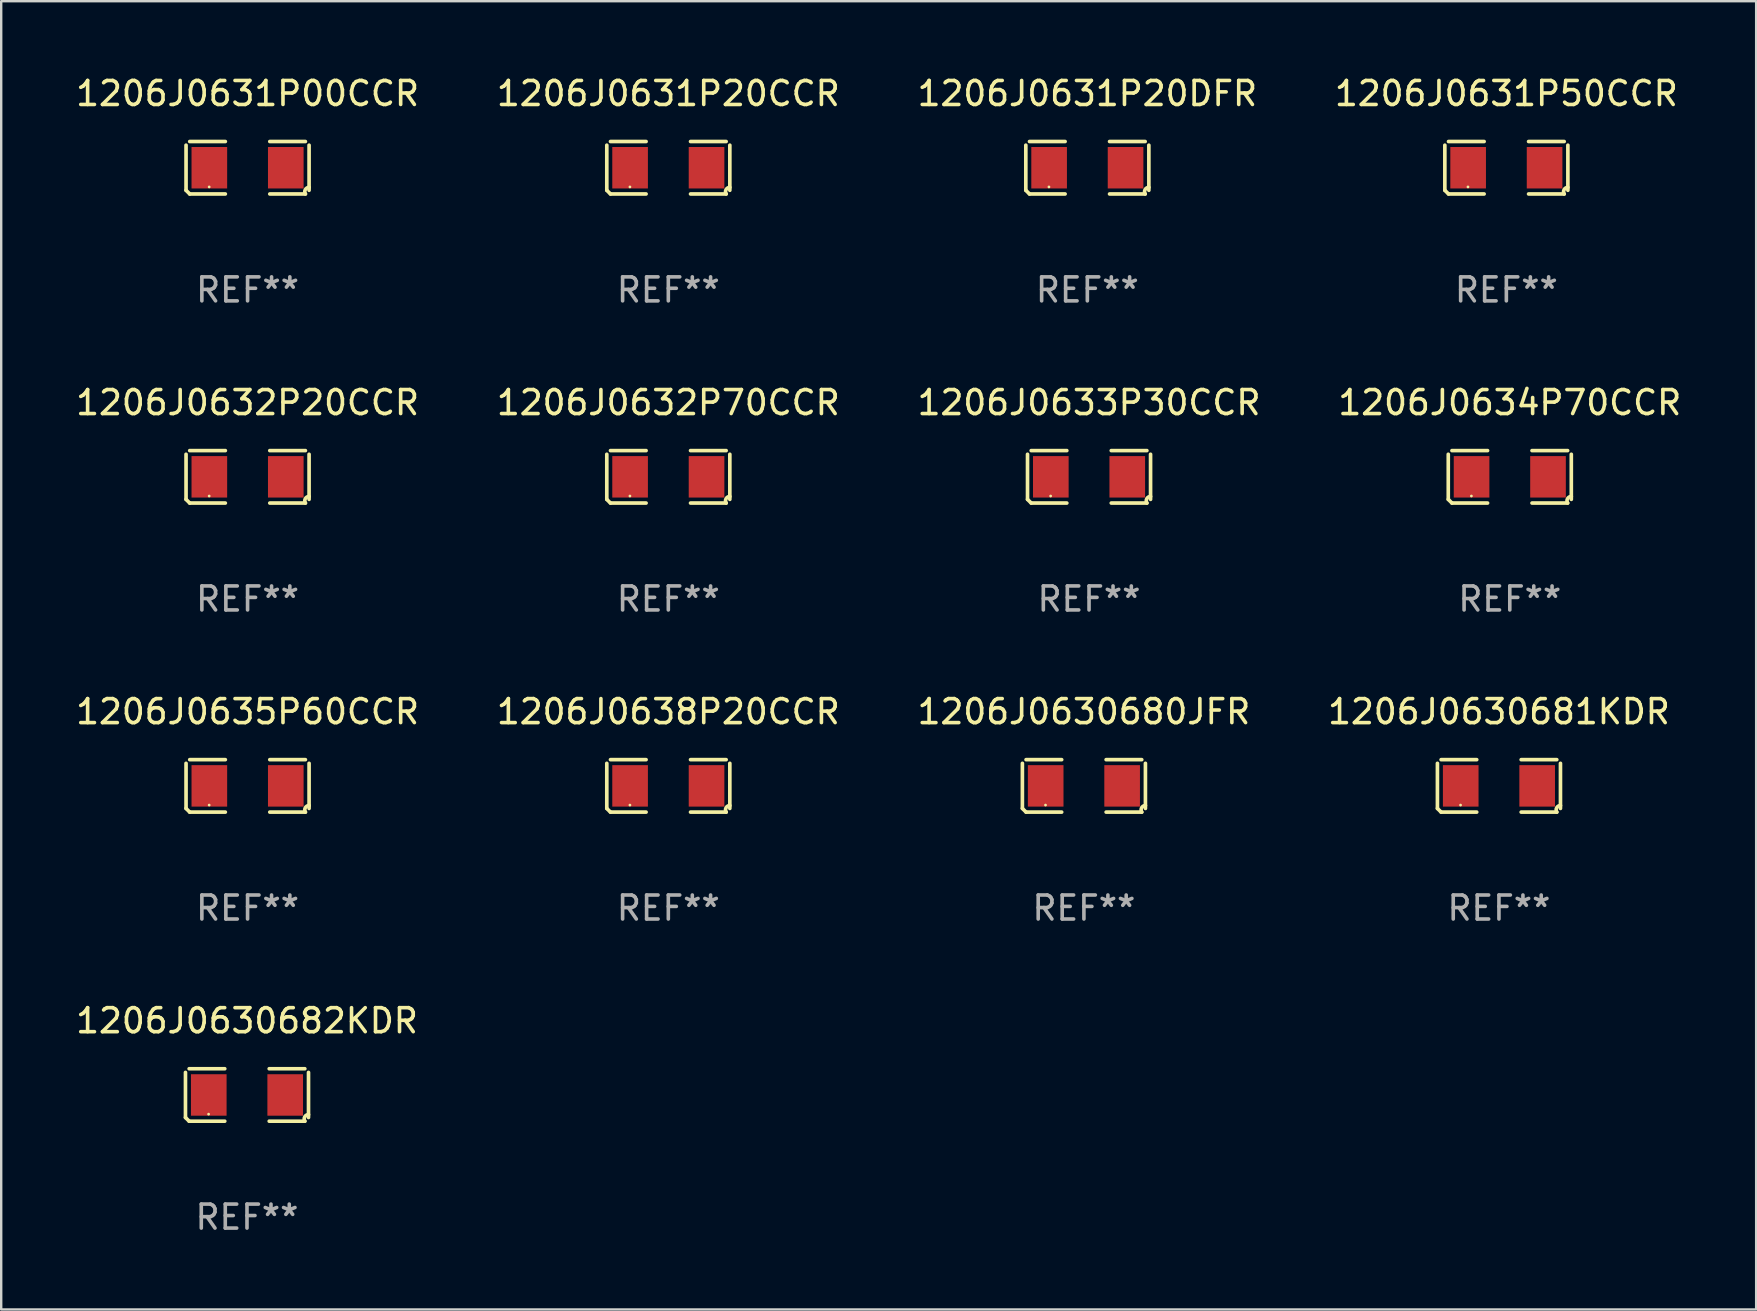
<source format=kicad_pcb>
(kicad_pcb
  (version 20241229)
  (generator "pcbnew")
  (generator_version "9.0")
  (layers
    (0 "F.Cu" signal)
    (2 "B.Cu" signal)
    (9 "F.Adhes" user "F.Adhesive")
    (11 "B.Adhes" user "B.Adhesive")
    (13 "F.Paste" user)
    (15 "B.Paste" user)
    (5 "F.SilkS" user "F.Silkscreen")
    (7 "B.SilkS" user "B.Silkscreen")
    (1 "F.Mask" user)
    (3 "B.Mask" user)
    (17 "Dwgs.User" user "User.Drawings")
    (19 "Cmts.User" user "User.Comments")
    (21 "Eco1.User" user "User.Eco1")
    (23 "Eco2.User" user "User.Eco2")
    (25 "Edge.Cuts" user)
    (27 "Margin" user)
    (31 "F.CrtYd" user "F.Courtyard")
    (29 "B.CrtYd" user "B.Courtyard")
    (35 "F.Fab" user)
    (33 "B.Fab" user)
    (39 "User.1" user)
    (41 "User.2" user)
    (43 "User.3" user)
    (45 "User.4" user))
  (footprint "1206J0630681KDR"
    (layer "F.Cu")
    (at 59.423 29.704)
    (property "Reference" "1206J0630681KDR" (at 0 -3.093 0) (layer "F.SilkS") (effects (font (size 1 1) (thickness 0.15))))
    (attr through_hole)
    (fp_line (start -2.564 0.94) (end -2.564 -0.94) (stroke (width 0.152) (type solid)) (layer "F.SilkS"))
    (fp_line (start -2.411 -1.093) (end -0.926 -1.093) (stroke (width 0.152) (type solid)) (layer "F.SilkS"))
    (fp_line (start -0.926 1.093) (end -2.411 1.093) (stroke (width 0.152) (type solid)) (layer "F.SilkS"))
    (fp_line (start 0.926 1.093) (end 2.411 1.093) (stroke (width 0.152) (type solid)) (layer "F.SilkS"))
    (fp_line (start 2.411 -1.093) (end 0.926 -1.093) (stroke (width 0.152) (type solid)) (layer "F.SilkS"))
    (fp_line (start 2.564 0.94) (end 2.564 -0.94) (stroke (width 0.152) (type solid)) (layer "F.SilkS"))
    (fp_arc (start -2.411201 1.092609) (mid -2.487413 1.01642) (end -2.563602 0.940208) (stroke (width 0.1524) (type solid)) (layer "F.SilkS"))
    (fp_arc (start 2.411201 1.092609) (mid 2.407159 0.911226) (end 2.563602 0.819347) (stroke (width 0.1524) (type solid)) (layer "F.SilkS"))
    (fp_circle (center -1.6 0.8) (end -1.57 0.8) (stroke (width 0.06) (type solid)) (fill no) (layer "F.SilkS"))
    (fp_text user "REF**" (at 0 5.093 0) (layer "F.Fab") (effects (font (size 1 1) (thickness 0.15))))
    (pad "1" smd rect (at -1.593 0) (size 1.485 1.728) (layers "F.Cu" "F.Mask" "F.Paste"))
    (pad "2" smd rect (at 1.593 0) (size 1.485 1.728) (layers "F.Cu" "F.Mask" "F.Paste")))
  (footprint "1206J0630680JFR"
    (layer "F.Cu")
    (at 42.125 29.704)
    (property "Reference" "1206J0630680JFR" (at 0 -3.093 0) (layer "F.SilkS") (effects (font (size 1 1) (thickness 0.15))))
    (attr through_hole)
    (fp_line (start -2.564 0.94) (end -2.564 -0.94) (stroke (width 0.152) (type solid)) (layer "F.SilkS"))
    (fp_line (start -2.411 -1.093) (end -0.926 -1.093) (stroke (width 0.152) (type solid)) (layer "F.SilkS"))
    (fp_line (start -0.926 1.093) (end -2.411 1.093) (stroke (width 0.152) (type solid)) (layer "F.SilkS"))
    (fp_line (start 0.926 1.093) (end 2.411 1.093) (stroke (width 0.152) (type solid)) (layer "F.SilkS"))
    (fp_line (start 2.411 -1.093) (end 0.926 -1.093) (stroke (width 0.152) (type solid)) (layer "F.SilkS"))
    (fp_line (start 2.564 0.94) (end 2.564 -0.94) (stroke (width 0.152) (type solid)) (layer "F.SilkS"))
    (fp_arc (start -2.411201 1.092609) (mid -2.487413 1.01642) (end -2.563602 0.940208) (stroke (width 0.1524) (type solid)) (layer "F.SilkS"))
    (fp_arc (start 2.411201 1.092609) (mid 2.407159 0.911226) (end 2.563602 0.819347) (stroke (width 0.1524) (type solid)) (layer "F.SilkS"))
    (fp_circle (center -1.6 0.8) (end -1.57 0.8) (stroke (width 0.06) (type solid)) (fill no) (layer "F.SilkS"))
    (fp_text user "REF**" (at 0 5.093 0) (layer "F.Fab") (effects (font (size 1 1) (thickness 0.15))))
    (pad "1" smd rect (at -1.593 0) (size 1.485 1.728) (layers "F.Cu" "F.Mask" "F.Paste"))
    (pad "2" smd rect (at 1.593 0) (size 1.485 1.728) (layers "F.Cu" "F.Mask" "F.Paste")))
  (footprint "1206J0631P20CCR"
    (layer "F.Cu")
    (at 24.804 3.941)
    (property "Reference" "1206J0631P20CCR" (at 0 -3.093 0) (layer "F.SilkS") (effects (font (size 1 1) (thickness 0.15))))
    (attr through_hole)
    (fp_line (start -2.564 0.94) (end -2.564 -0.94) (stroke (width 0.152) (type solid)) (layer "F.SilkS"))
    (fp_line (start -2.411 -1.093) (end -0.926 -1.093) (stroke (width 0.152) (type solid)) (layer "F.SilkS"))
    (fp_line (start -0.926 1.093) (end -2.411 1.093) (stroke (width 0.152) (type solid)) (layer "F.SilkS"))
    (fp_line (start 0.926 1.093) (end 2.411 1.093) (stroke (width 0.152) (type solid)) (layer "F.SilkS"))
    (fp_line (start 2.411 -1.093) (end 0.926 -1.093) (stroke (width 0.152) (type solid)) (layer "F.SilkS"))
    (fp_line (start 2.564 0.94) (end 2.564 -0.94) (stroke (width 0.152) (type solid)) (layer "F.SilkS"))
    (fp_arc (start -2.411201 1.092609) (mid -2.487413 1.01642) (end -2.563602 0.940208) (stroke (width 0.1524) (type solid)) (layer "F.SilkS"))
    (fp_arc (start 2.411201 1.092609) (mid 2.407159 0.911226) (end 2.563602 0.819347) (stroke (width 0.1524) (type solid)) (layer "F.SilkS"))
    (fp_circle (center -1.6 0.8) (end -1.57 0.8) (stroke (width 0.06) (type solid)) (fill no) (layer "F.SilkS"))
    (fp_text user "REF**" (at 0 5.093 0) (layer "F.Fab") (effects (font (size 1 1) (thickness 0.15))))
    (pad "1" smd rect (at -1.593 0) (size 1.485 1.728) (layers "F.Cu" "F.Mask" "F.Paste"))
    (pad "2" smd rect (at 1.593 0) (size 1.485 1.728) (layers "F.Cu" "F.Mask" "F.Paste")))
  (footprint "1206J0631P50CCR"
    (layer "F.Cu")
    (at 59.732 3.941)
    (property "Reference" "1206J0631P50CCR" (at 0 -3.093 0) (layer "F.SilkS") (effects (font (size 1 1) (thickness 0.15))))
    (attr through_hole)
    (fp_line (start -2.564 0.94) (end -2.564 -0.94) (stroke (width 0.152) (type solid)) (layer "F.SilkS"))
    (fp_line (start -2.411 -1.093) (end -0.926 -1.093) (stroke (width 0.152) (type solid)) (layer "F.SilkS"))
    (fp_line (start -0.926 1.093) (end -2.411 1.093) (stroke (width 0.152) (type solid)) (layer "F.SilkS"))
    (fp_line (start 0.926 1.093) (end 2.411 1.093) (stroke (width 0.152) (type solid)) (layer "F.SilkS"))
    (fp_line (start 2.411 -1.093) (end 0.926 -1.093) (stroke (width 0.152) (type solid)) (layer "F.SilkS"))
    (fp_line (start 2.564 0.94) (end 2.564 -0.94) (stroke (width 0.152) (type solid)) (layer "F.SilkS"))
    (fp_arc (start -2.411201 1.092609) (mid -2.487413 1.01642) (end -2.563602 0.940208) (stroke (width 0.1524) (type solid)) (layer "F.SilkS"))
    (fp_arc (start 2.411201 1.092609) (mid 2.407159 0.911226) (end 2.563602 0.819347) (stroke (width 0.1524) (type solid)) (layer "F.SilkS"))
    (fp_circle (center -1.6 0.8) (end -1.57 0.8) (stroke (width 0.06) (type solid)) (fill no) (layer "F.SilkS"))
    (fp_text user "REF**" (at 0 5.093 0) (layer "F.Fab") (effects (font (size 1 1) (thickness 0.15))))
    (pad "1" smd rect (at -1.593 0) (size 1.485 1.728) (layers "F.Cu" "F.Mask" "F.Paste"))
    (pad "2" smd rect (at 1.593 0) (size 1.485 1.728) (layers "F.Cu" "F.Mask" "F.Paste")))
  (footprint "1206J0631P00CCR"
    (layer "F.Cu")
    (at 7.268 3.941)
    (property "Reference" "1206J0631P00CCR" (at 0 -3.093 0) (layer "F.SilkS") (effects (font (size 1 1) (thickness 0.15))))
    (attr through_hole)
    (fp_line (start -2.564 0.94) (end -2.564 -0.94) (stroke (width 0.152) (type solid)) (layer "F.SilkS"))
    (fp_line (start -2.411 -1.093) (end -0.926 -1.093) (stroke (width 0.152) (type solid)) (layer "F.SilkS"))
    (fp_line (start -0.926 1.093) (end -2.411 1.093) (stroke (width 0.152) (type solid)) (layer "F.SilkS"))
    (fp_line (start 0.926 1.093) (end 2.411 1.093) (stroke (width 0.152) (type solid)) (layer "F.SilkS"))
    (fp_line (start 2.411 -1.093) (end 0.926 -1.093) (stroke (width 0.152) (type solid)) (layer "F.SilkS"))
    (fp_line (start 2.564 0.94) (end 2.564 -0.94) (stroke (width 0.152) (type solid)) (layer "F.SilkS"))
    (fp_arc (start -2.411201 1.092609) (mid -2.487413 1.01642) (end -2.563602 0.940208) (stroke (width 0.1524) (type solid)) (layer "F.SilkS"))
    (fp_arc (start 2.411201 1.092609) (mid 2.407159 0.911226) (end 2.563602 0.819347) (stroke (width 0.1524) (type solid)) (layer "F.SilkS"))
    (fp_circle (center -1.6 0.8) (end -1.57 0.8) (stroke (width 0.06) (type solid)) (fill no) (layer "F.SilkS"))
    (fp_text user "REF**" (at 0 5.093 0) (layer "F.Fab") (effects (font (size 1 1) (thickness 0.15))))
    (pad "1" smd rect (at -1.593 0) (size 1.485 1.728) (layers "F.Cu" "F.Mask" "F.Paste"))
    (pad "2" smd rect (at 1.593 0) (size 1.485 1.728) (layers "F.Cu" "F.Mask" "F.Paste")))
  (footprint "1206J0630682KDR"
    (layer "F.Cu")
    (at 7.244 42.586)
    (property "Reference" "1206J0630682KDR" (at 0 -3.093 0) (layer "F.SilkS") (effects (font (size 1 1) (thickness 0.15))))
    (attr through_hole)
    (fp_line (start -2.564 0.94) (end -2.564 -0.94) (stroke (width 0.152) (type solid)) (layer "F.SilkS"))
    (fp_line (start -2.411 -1.093) (end -0.926 -1.093) (stroke (width 0.152) (type solid)) (layer "F.SilkS"))
    (fp_line (start -0.926 1.093) (end -2.411 1.093) (stroke (width 0.152) (type solid)) (layer "F.SilkS"))
    (fp_line (start 0.926 1.093) (end 2.411 1.093) (stroke (width 0.152) (type solid)) (layer "F.SilkS"))
    (fp_line (start 2.411 -1.093) (end 0.926 -1.093) (stroke (width 0.152) (type solid)) (layer "F.SilkS"))
    (fp_line (start 2.564 0.94) (end 2.564 -0.94) (stroke (width 0.152) (type solid)) (layer "F.SilkS"))
    (fp_arc (start -2.411201 1.092609) (mid -2.487413 1.01642) (end -2.563602 0.940208) (stroke (width 0.1524) (type solid)) (layer "F.SilkS"))
    (fp_arc (start 2.411201 1.092609) (mid 2.407159 0.911226) (end 2.563602 0.819347) (stroke (width 0.1524) (type solid)) (layer "F.SilkS"))
    (fp_circle (center -1.6 0.8) (end -1.57 0.8) (stroke (width 0.06) (type solid)) (fill no) (layer "F.SilkS"))
    (fp_text user "REF**" (at 0 5.093 0) (layer "F.Fab") (effects (font (size 1 1) (thickness 0.15))))
    (pad "1" smd rect (at -1.593 0) (size 1.485 1.728) (layers "F.Cu" "F.Mask" "F.Paste"))
    (pad "2" smd rect (at 1.593 0) (size 1.485 1.728) (layers "F.Cu" "F.Mask" "F.Paste")))
  (footprint "1206J0631P20DFR"
    (layer "F.Cu")
    (at 42.268 3.941)
    (property "Reference" "1206J0631P20DFR" (at 0 -3.093 0) (layer "F.SilkS") (effects (font (size 1 1) (thickness 0.15))))
    (attr through_hole)
    (fp_line (start -2.564 0.94) (end -2.564 -0.94) (stroke (width 0.152) (type solid)) (layer "F.SilkS"))
    (fp_line (start -2.411 -1.093) (end -0.926 -1.093) (stroke (width 0.152) (type solid)) (layer "F.SilkS"))
    (fp_line (start -0.926 1.093) (end -2.411 1.093) (stroke (width 0.152) (type solid)) (layer "F.SilkS"))
    (fp_line (start 0.926 1.093) (end 2.411 1.093) (stroke (width 0.152) (type solid)) (layer "F.SilkS"))
    (fp_line (start 2.411 -1.093) (end 0.926 -1.093) (stroke (width 0.152) (type solid)) (layer "F.SilkS"))
    (fp_line (start 2.564 0.94) (end 2.564 -0.94) (stroke (width 0.152) (type solid)) (layer "F.SilkS"))
    (fp_arc (start -2.411201 1.092609) (mid -2.487413 1.01642) (end -2.563602 0.940208) (stroke (width 0.1524) (type solid)) (layer "F.SilkS"))
    (fp_arc (start 2.411201 1.092609) (mid 2.407159 0.911226) (end 2.563602 0.819347) (stroke (width 0.1524) (type solid)) (layer "F.SilkS"))
    (fp_circle (center -1.6 0.8) (end -1.57 0.8) (stroke (width 0.06) (type solid)) (fill no) (layer "F.SilkS"))
    (fp_text user "REF**" (at 0 5.093 0) (layer "F.Fab") (effects (font (size 1 1) (thickness 0.15))))
    (pad "1" smd rect (at -1.593 0) (size 1.485 1.728) (layers "F.Cu" "F.Mask" "F.Paste"))
    (pad "2" smd rect (at 1.593 0) (size 1.485 1.728) (layers "F.Cu" "F.Mask" "F.Paste")))
  (footprint "1206J0638P20CCR"
    (layer "F.Cu")
    (at 24.804 29.704)
    (property "Reference" "1206J0638P20CCR" (at 0 -3.093 0) (layer "F.SilkS") (effects (font (size 1 1) (thickness 0.15))))
    (attr through_hole)
    (fp_line (start -2.564 0.94) (end -2.564 -0.94) (stroke (width 0.152) (type solid)) (layer "F.SilkS"))
    (fp_line (start -2.411 -1.093) (end -0.926 -1.093) (stroke (width 0.152) (type solid)) (layer "F.SilkS"))
    (fp_line (start -0.926 1.093) (end -2.411 1.093) (stroke (width 0.152) (type solid)) (layer "F.SilkS"))
    (fp_line (start 0.926 1.093) (end 2.411 1.093) (stroke (width 0.152) (type solid)) (layer "F.SilkS"))
    (fp_line (start 2.411 -1.093) (end 0.926 -1.093) (stroke (width 0.152) (type solid)) (layer "F.SilkS"))
    (fp_line (start 2.564 0.94) (end 2.564 -0.94) (stroke (width 0.152) (type solid)) (layer "F.SilkS"))
    (fp_arc (start -2.411201 1.092609) (mid -2.487413 1.01642) (end -2.563602 0.940208) (stroke (width 0.1524) (type solid)) (layer "F.SilkS"))
    (fp_arc (start 2.411201 1.092609) (mid 2.407159 0.911226) (end 2.563602 0.819347) (stroke (width 0.1524) (type solid)) (layer "F.SilkS"))
    (fp_circle (center -1.6 0.8) (end -1.57 0.8) (stroke (width 0.06) (type solid)) (fill no) (layer "F.SilkS"))
    (fp_text user "REF**" (at 0 5.093 0) (layer "F.Fab") (effects (font (size 1 1) (thickness 0.15))))
    (pad "1" smd rect (at -1.593 0) (size 1.485 1.728) (layers "F.Cu" "F.Mask" "F.Paste"))
    (pad "2" smd rect (at 1.593 0) (size 1.485 1.728) (layers "F.Cu" "F.Mask" "F.Paste")))
  (footprint "1206J0635P60CCR"
    (layer "F.Cu")
    (at 7.268 29.704)
    (property "Reference" "1206J0635P60CCR" (at 0 -3.093 0) (layer "F.SilkS") (effects (font (size 1 1) (thickness 0.15))))
    (attr through_hole)
    (fp_line (start -2.564 0.94) (end -2.564 -0.94) (stroke (width 0.152) (type solid)) (layer "F.SilkS"))
    (fp_line (start -2.411 -1.093) (end -0.926 -1.093) (stroke (width 0.152) (type solid)) (layer "F.SilkS"))
    (fp_line (start -0.926 1.093) (end -2.411 1.093) (stroke (width 0.152) (type solid)) (layer "F.SilkS"))
    (fp_line (start 0.926 1.093) (end 2.411 1.093) (stroke (width 0.152) (type solid)) (layer "F.SilkS"))
    (fp_line (start 2.411 -1.093) (end 0.926 -1.093) (stroke (width 0.152) (type solid)) (layer "F.SilkS"))
    (fp_line (start 2.564 0.94) (end 2.564 -0.94) (stroke (width 0.152) (type solid)) (layer "F.SilkS"))
    (fp_arc (start -2.411201 1.092609) (mid -2.487413 1.01642) (end -2.563602 0.940208) (stroke (width 0.1524) (type solid)) (layer "F.SilkS"))
    (fp_arc (start 2.411201 1.092609) (mid 2.407159 0.911226) (end 2.563602 0.819347) (stroke (width 0.1524) (type solid)) (layer "F.SilkS"))
    (fp_circle (center -1.6 0.8) (end -1.57 0.8) (stroke (width 0.06) (type solid)) (fill no) (layer "F.SilkS"))
    (fp_text user "REF**" (at 0 5.093 0) (layer "F.Fab") (effects (font (size 1 1) (thickness 0.15))))
    (pad "1" smd rect (at -1.593 0) (size 1.485 1.728) (layers "F.Cu" "F.Mask" "F.Paste"))
    (pad "2" smd rect (at 1.593 0) (size 1.485 1.728) (layers "F.Cu" "F.Mask" "F.Paste")))
  (footprint "1206J0633P30CCR"
    (layer "F.Cu")
    (at 42.339 16.823)
    (property "Reference" "1206J0633P30CCR" (at 0 -3.093 0) (layer "F.SilkS") (effects (font (size 1 1) (thickness 0.15))))
    (attr through_hole)
    (fp_line (start -2.564 0.94) (end -2.564 -0.94) (stroke (width 0.152) (type solid)) (layer "F.SilkS"))
    (fp_line (start -2.411 -1.093) (end -0.926 -1.093) (stroke (width 0.152) (type solid)) (layer "F.SilkS"))
    (fp_line (start -0.926 1.093) (end -2.411 1.093) (stroke (width 0.152) (type solid)) (layer "F.SilkS"))
    (fp_line (start 0.926 1.093) (end 2.411 1.093) (stroke (width 0.152) (type solid)) (layer "F.SilkS"))
    (fp_line (start 2.411 -1.093) (end 0.926 -1.093) (stroke (width 0.152) (type solid)) (layer "F.SilkS"))
    (fp_line (start 2.564 0.94) (end 2.564 -0.94) (stroke (width 0.152) (type solid)) (layer "F.SilkS"))
    (fp_arc (start -2.411201 1.092609) (mid -2.487413 1.01642) (end -2.563602 0.940208) (stroke (width 0.1524) (type solid)) (layer "F.SilkS"))
    (fp_arc (start 2.411201 1.092609) (mid 2.407159 0.911226) (end 2.563602 0.819347) (stroke (width 0.1524) (type solid)) (layer "F.SilkS"))
    (fp_circle (center -1.6 0.8) (end -1.57 0.8) (stroke (width 0.06) (type solid)) (fill no) (layer "F.SilkS"))
    (fp_text user "REF**" (at 0 5.093 0) (layer "F.Fab") (effects (font (size 1 1) (thickness 0.15))))
    (pad "1" smd rect (at -1.593 0) (size 1.485 1.728) (layers "F.Cu" "F.Mask" "F.Paste"))
    (pad "2" smd rect (at 1.593 0) (size 1.485 1.728) (layers "F.Cu" "F.Mask" "F.Paste")))
  (footprint "1206J0632P70CCR"
    (layer "F.Cu")
    (at 24.804 16.823)
    (property "Reference" "1206J0632P70CCR" (at 0 -3.093 0) (layer "F.SilkS") (effects (font (size 1 1) (thickness 0.15))))
    (attr through_hole)
    (fp_line (start -2.564 0.94) (end -2.564 -0.94) (stroke (width 0.152) (type solid)) (layer "F.SilkS"))
    (fp_line (start -2.411 -1.093) (end -0.926 -1.093) (stroke (width 0.152) (type solid)) (layer "F.SilkS"))
    (fp_line (start -0.926 1.093) (end -2.411 1.093) (stroke (width 0.152) (type solid)) (layer "F.SilkS"))
    (fp_line (start 0.926 1.093) (end 2.411 1.093) (stroke (width 0.152) (type solid)) (layer "F.SilkS"))
    (fp_line (start 2.411 -1.093) (end 0.926 -1.093) (stroke (width 0.152) (type solid)) (layer "F.SilkS"))
    (fp_line (start 2.564 0.94) (end 2.564 -0.94) (stroke (width 0.152) (type solid)) (layer "F.SilkS"))
    (fp_arc (start -2.411201 1.092609) (mid -2.487413 1.01642) (end -2.563602 0.940208) (stroke (width 0.1524) (type solid)) (layer "F.SilkS"))
    (fp_arc (start 2.411201 1.092609) (mid 2.407159 0.911226) (end 2.563602 0.819347) (stroke (width 0.1524) (type solid)) (layer "F.SilkS"))
    (fp_circle (center -1.6 0.8) (end -1.57 0.8) (stroke (width 0.06) (type solid)) (fill no) (layer "F.SilkS"))
    (fp_text user "REF**" (at 0 5.093 0) (layer "F.Fab") (effects (font (size 1 1) (thickness 0.15))))
    (pad "1" smd rect (at -1.593 0) (size 1.485 1.728) (layers "F.Cu" "F.Mask" "F.Paste"))
    (pad "2" smd rect (at 1.593 0) (size 1.485 1.728) (layers "F.Cu" "F.Mask" "F.Paste")))
  (footprint "1206J0634P70CCR"
    (layer "F.Cu")
    (at 59.875 16.823)
    (property "Reference" "1206J0634P70CCR" (at 0 -3.093 0) (layer "F.SilkS") (effects (font (size 1 1) (thickness 0.15))))
    (attr through_hole)
    (fp_line (start -2.564 0.94) (end -2.564 -0.94) (stroke (width 0.152) (type solid)) (layer "F.SilkS"))
    (fp_line (start -2.411 -1.093) (end -0.926 -1.093) (stroke (width 0.152) (type solid)) (layer "F.SilkS"))
    (fp_line (start -0.926 1.093) (end -2.411 1.093) (stroke (width 0.152) (type solid)) (layer "F.SilkS"))
    (fp_line (start 0.926 1.093) (end 2.411 1.093) (stroke (width 0.152) (type solid)) (layer "F.SilkS"))
    (fp_line (start 2.411 -1.093) (end 0.926 -1.093) (stroke (width 0.152) (type solid)) (layer "F.SilkS"))
    (fp_line (start 2.564 0.94) (end 2.564 -0.94) (stroke (width 0.152) (type solid)) (layer "F.SilkS"))
    (fp_arc (start -2.411201 1.092609) (mid -2.487413 1.01642) (end -2.563602 0.940208) (stroke (width 0.1524) (type solid)) (layer "F.SilkS"))
    (fp_arc (start 2.411201 1.092609) (mid 2.407159 0.911226) (end 2.563602 0.819347) (stroke (width 0.1524) (type solid)) (layer "F.SilkS"))
    (fp_circle (center -1.6 0.8) (end -1.57 0.8) (stroke (width 0.06) (type solid)) (fill no) (layer "F.SilkS"))
    (fp_text user "REF**" (at 0 5.093 0) (layer "F.Fab") (effects (font (size 1 1) (thickness 0.15))))
    (pad "1" smd rect (at -1.593 0) (size 1.485 1.728) (layers "F.Cu" "F.Mask" "F.Paste"))
    (pad "2" smd rect (at 1.593 0) (size 1.485 1.728) (layers "F.Cu" "F.Mask" "F.Paste")))
  (footprint "1206J0632P20CCR"
    (layer "F.Cu")
    (at 7.268 16.823)
    (property "Reference" "1206J0632P20CCR" (at 0 -3.093 0) (layer "F.SilkS") (effects (font (size 1 1) (thickness 0.15))))
    (attr through_hole)
    (fp_line (start -2.564 0.94) (end -2.564 -0.94) (stroke (width 0.152) (type solid)) (layer "F.SilkS"))
    (fp_line (start -2.411 -1.093) (end -0.926 -1.093) (stroke (width 0.152) (type solid)) (layer "F.SilkS"))
    (fp_line (start -0.926 1.093) (end -2.411 1.093) (stroke (width 0.152) (type solid)) (layer "F.SilkS"))
    (fp_line (start 0.926 1.093) (end 2.411 1.093) (stroke (width 0.152) (type solid)) (layer "F.SilkS"))
    (fp_line (start 2.411 -1.093) (end 0.926 -1.093) (stroke (width 0.152) (type solid)) (layer "F.SilkS"))
    (fp_line (start 2.564 0.94) (end 2.564 -0.94) (stroke (width 0.152) (type solid)) (layer "F.SilkS"))
    (fp_arc (start -2.411201 1.092609) (mid -2.487413 1.01642) (end -2.563602 0.940208) (stroke (width 0.1524) (type solid)) (layer "F.SilkS"))
    (fp_arc (start 2.411201 1.092609) (mid 2.407159 0.911226) (end 2.563602 0.819347) (stroke (width 0.1524) (type solid)) (layer "F.SilkS"))
    (fp_circle (center -1.6 0.8) (end -1.57 0.8) (stroke (width 0.06) (type solid)) (fill no) (layer "F.SilkS"))
    (fp_text user "REF**" (at 0 5.093 0) (layer "F.Fab") (effects (font (size 1 1) (thickness 0.15))))
    (pad "1" smd rect (at -1.593 0) (size 1.485 1.728) (layers "F.Cu" "F.Mask" "F.Paste"))
    (pad "2" smd rect (at 1.593 0) (size 1.485 1.728) (layers "F.Cu" "F.Mask" "F.Paste")))
  (gr_rect
    (start -3 -3)
    (end 70.143 51.527)
    (stroke (width 0.1) (type default))
    (fill no)
    (layer "Edge.Cuts")))
</source>
